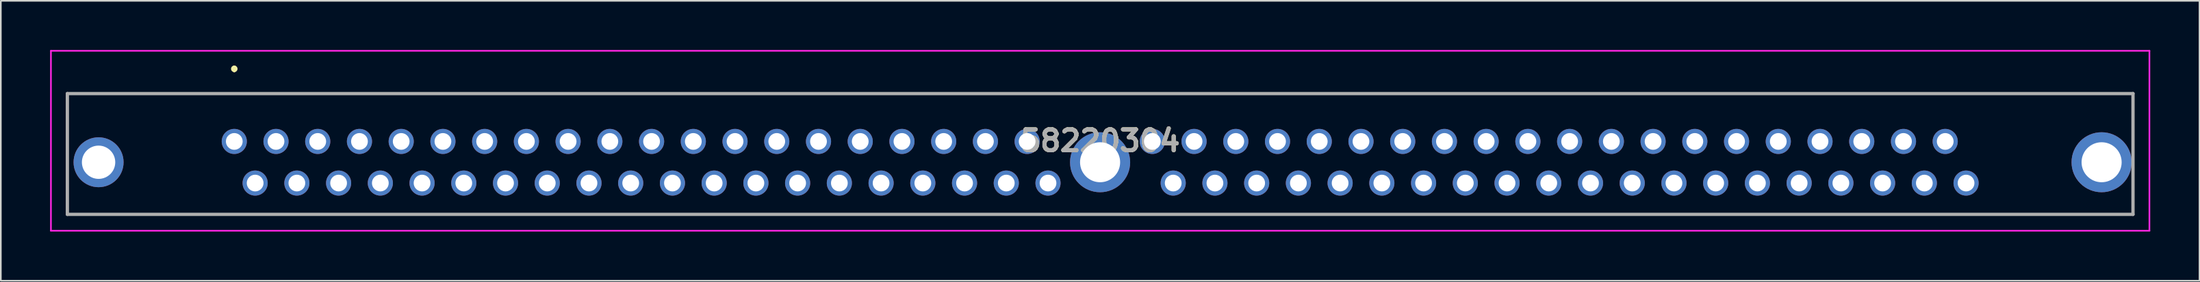
<source format=kicad_pcb>
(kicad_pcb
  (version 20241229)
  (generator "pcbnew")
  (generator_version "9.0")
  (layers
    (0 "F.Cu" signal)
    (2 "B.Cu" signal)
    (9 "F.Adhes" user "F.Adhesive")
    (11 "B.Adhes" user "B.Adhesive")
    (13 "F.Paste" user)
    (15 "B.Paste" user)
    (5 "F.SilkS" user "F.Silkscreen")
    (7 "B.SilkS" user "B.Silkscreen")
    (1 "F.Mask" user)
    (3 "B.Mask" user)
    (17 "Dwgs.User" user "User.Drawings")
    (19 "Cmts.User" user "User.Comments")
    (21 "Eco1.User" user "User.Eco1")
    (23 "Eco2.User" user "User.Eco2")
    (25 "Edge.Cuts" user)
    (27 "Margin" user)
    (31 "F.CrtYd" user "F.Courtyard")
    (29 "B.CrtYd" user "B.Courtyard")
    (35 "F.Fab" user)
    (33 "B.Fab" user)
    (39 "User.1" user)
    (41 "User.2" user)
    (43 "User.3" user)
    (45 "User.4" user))
  (footprint "58220304"
    (layer "F.Cu")
    (at 11.21 5.58)
    (property "Reference" "58220304" (at 52.705 -0.04 0) (layer "F.SilkS") (effects (font (size 1.27 1.27) (thickness 0.254))))
    (attr through_hole)
    (fp_line (start -10.16 -2.92) (end 115.57 -2.92) (stroke (width 0.1) (type solid)) (layer "F.SilkS"))
    (fp_line (start -10.16 4.45) (end 115.57 4.45) (stroke (width 0.1) (type solid)) (layer "F.SilkS"))
    (fp_line (start 0 -4.53) (end 0 -4.53) (stroke (width 0.2) (type solid)) (layer "F.SilkS"))
    (fp_line (start 0 -4.33) (end 0 -4.33) (stroke (width 0.2) (type solid)) (layer "F.SilkS"))
    (fp_arc (start 0 -4.53) (mid 0.1 -4.43) (end 0 -4.33) (stroke (width 0.2) (type solid)) (layer "F.SilkS"))
    (fp_arc (start 0 -4.33) (mid -0.1 -4.43) (end 0 -4.53) (stroke (width 0.2) (type solid)) (layer "F.SilkS"))
    (fp_line (start -11.16 -5.53) (end 116.57 -5.53) (stroke (width 0.1) (type solid)) (layer "F.CrtYd"))
    (fp_line (start -11.16 5.45) (end -11.16 -5.53) (stroke (width 0.1) (type solid)) (layer "F.CrtYd"))
    (fp_line (start 116.57 -5.53) (end 116.57 5.45) (stroke (width 0.1) (type solid)) (layer "F.CrtYd"))
    (fp_line (start 116.57 5.45) (end -11.16 5.45) (stroke (width 0.1) (type solid)) (layer "F.CrtYd"))
    (fp_line (start -10.16 -2.92) (end 115.57 -2.92) (stroke (width 0.2) (type solid)) (layer "F.Fab"))
    (fp_line (start -10.16 4.45) (end -10.16 -2.92) (stroke (width 0.2) (type solid)) (layer "F.Fab"))
    (fp_line (start 115.57 -2.92) (end 115.57 4.45) (stroke (width 0.2) (type solid)) (layer "F.Fab"))
    (fp_line (start 115.57 4.45) (end -10.16 4.45) (stroke (width 0.2) (type solid)) (layer "F.Fab"))
    (fp_text user "${REFERENCE}" (at 52.705 -0.04 0) (layer "F.Fab") (effects (font (size 1.27 1.27) (thickness 0.254))))
    (pad "1" thru_hole circle (at 0 0) (size 1.53 1.53) (drill 1.02) (layers "*.Cu" "*.Mask"))
    (pad "2" thru_hole circle (at 1.27 2.54) (size 1.53 1.53) (drill 1.02) (layers "*.Cu" "*.Mask"))
    (pad "3" thru_hole circle (at 2.54 0) (size 1.53 1.53) (drill 1.02) (layers "*.Cu" "*.Mask"))
    (pad "4" thru_hole circle (at 3.81 2.54) (size 1.53 1.53) (drill 1.02) (layers "*.Cu" "*.Mask"))
    (pad "5" thru_hole circle (at 5.08 0) (size 1.53 1.53) (drill 1.02) (layers "*.Cu" "*.Mask"))
    (pad "6" thru_hole circle (at 6.35 2.54) (size 1.53 1.53) (drill 1.02) (layers "*.Cu" "*.Mask"))
    (pad "7" thru_hole circle (at 7.62 0) (size 1.53 1.53) (drill 1.02) (layers "*.Cu" "*.Mask"))
    (pad "8" thru_hole circle (at 8.89 2.54) (size 1.53 1.53) (drill 1.02) (layers "*.Cu" "*.Mask"))
    (pad "9" thru_hole circle (at 10.16 0) (size 1.53 1.53) (drill 1.02) (layers "*.Cu" "*.Mask"))
    (pad "10" thru_hole circle (at 11.43 2.54) (size 1.53 1.53) (drill 1.02) (layers "*.Cu" "*.Mask"))
    (pad "11" thru_hole circle (at 12.7 0) (size 1.53 1.53) (drill 1.02) (layers "*.Cu" "*.Mask"))
    (pad "12" thru_hole circle (at 13.97 2.54) (size 1.53 1.53) (drill 1.02) (layers "*.Cu" "*.Mask"))
    (pad "13" thru_hole circle (at 15.24 0) (size 1.53 1.53) (drill 1.02) (layers "*.Cu" "*.Mask"))
    (pad "14" thru_hole circle (at 16.51 2.54) (size 1.53 1.53) (drill 1.02) (layers "*.Cu" "*.Mask"))
    (pad "15" thru_hole circle (at 17.78 0) (size 1.53 1.53) (drill 1.02) (layers "*.Cu" "*.Mask"))
    (pad "16" thru_hole circle (at 19.05 2.54) (size 1.53 1.53) (drill 1.02) (layers "*.Cu" "*.Mask"))
    (pad "17" thru_hole circle (at 20.32 0) (size 1.53 1.53) (drill 1.02) (layers "*.Cu" "*.Mask"))
    (pad "18" thru_hole circle (at 21.59 2.54) (size 1.53 1.53) (drill 1.02) (layers "*.Cu" "*.Mask"))
    (pad "19" thru_hole circle (at 22.86 0) (size 1.53 1.53) (drill 1.02) (layers "*.Cu" "*.Mask"))
    (pad "20" thru_hole circle (at 24.13 2.54) (size 1.53 1.53) (drill 1.02) (layers "*.Cu" "*.Mask"))
    (pad "21" thru_hole circle (at 25.4 0) (size 1.53 1.53) (drill 1.02) (layers "*.Cu" "*.Mask"))
    (pad "22" thru_hole circle (at 26.67 2.54) (size 1.53 1.53) (drill 1.02) (layers "*.Cu" "*.Mask"))
    (pad "23" thru_hole circle (at 27.94 0) (size 1.53 1.53) (drill 1.02) (layers "*.Cu" "*.Mask"))
    (pad "24" thru_hole circle (at 29.21 2.54) (size 1.53 1.53) (drill 1.02) (layers "*.Cu" "*.Mask"))
    (pad "25" thru_hole circle (at 30.48 0) (size 1.53 1.53) (drill 1.02) (layers "*.Cu" "*.Mask"))
    (pad "26" thru_hole circle (at 31.75 2.54) (size 1.53 1.53) (drill 1.02) (layers "*.Cu" "*.Mask"))
    (pad "27" thru_hole circle (at 33.02 0) (size 1.53 1.53) (drill 1.02) (layers "*.Cu" "*.Mask"))
    (pad "28" thru_hole circle (at 34.29 2.54) (size 1.53 1.53) (drill 1.02) (layers "*.Cu" "*.Mask"))
    (pad "29" thru_hole circle (at 35.56 0) (size 1.53 1.53) (drill 1.02) (layers "*.Cu" "*.Mask"))
    (pad "30" thru_hole circle (at 36.83 2.54) (size 1.53 1.53) (drill 1.02) (layers "*.Cu" "*.Mask"))
    (pad "31" thru_hole circle (at 38.1 0) (size 1.53 1.53) (drill 1.02) (layers "*.Cu" "*.Mask"))
    (pad "32" thru_hole circle (at 39.37 2.54) (size 1.53 1.53) (drill 1.02) (layers "*.Cu" "*.Mask"))
    (pad "33" thru_hole circle (at 40.64 0) (size 1.53 1.53) (drill 1.02) (layers "*.Cu" "*.Mask"))
    (pad "34" thru_hole circle (at 41.91 2.54) (size 1.53 1.53) (drill 1.02) (layers "*.Cu" "*.Mask"))
    (pad "35" thru_hole circle (at 43.18 0) (size 1.53 1.53) (drill 1.02) (layers "*.Cu" "*.Mask"))
    (pad "36" thru_hole circle (at 44.45 2.54) (size 1.53 1.53) (drill 1.02) (layers "*.Cu" "*.Mask"))
    (pad "37" thru_hole circle (at 45.72 0) (size 1.53 1.53) (drill 1.02) (layers "*.Cu" "*.Mask"))
    (pad "38" thru_hole circle (at 46.99 2.54) (size 1.53 1.53) (drill 1.02) (layers "*.Cu" "*.Mask"))
    (pad "39" thru_hole circle (at 48.26 0) (size 1.53 1.53) (drill 1.02) (layers "*.Cu" "*.Mask"))
    (pad "40" thru_hole circle (at 49.53 2.54) (size 1.53 1.53) (drill 1.02) (layers "*.Cu" "*.Mask"))
    (pad "41" thru_hole circle (at 55.88 0) (size 1.53 1.53) (drill 1.02) (layers "*.Cu" "*.Mask"))
    (pad "42" thru_hole circle (at 57.15 2.54) (size 1.53 1.53) (drill 1.02) (layers "*.Cu" "*.Mask"))
    (pad "43" thru_hole circle (at 58.42 0) (size 1.53 1.53) (drill 1.02) (layers "*.Cu" "*.Mask"))
    (pad "44" thru_hole circle (at 59.69 2.54) (size 1.53 1.53) (drill 1.02) (layers "*.Cu" "*.Mask"))
    (pad "45" thru_hole circle (at 60.96 0) (size 1.53 1.53) (drill 1.02) (layers "*.Cu" "*.Mask"))
    (pad "46" thru_hole circle (at 62.23 2.54) (size 1.53 1.53) (drill 1.02) (layers "*.Cu" "*.Mask"))
    (pad "47" thru_hole circle (at 63.5 0) (size 1.53 1.53) (drill 1.02) (layers "*.Cu" "*.Mask"))
    (pad "48" thru_hole circle (at 64.77 2.54) (size 1.53 1.53) (drill 1.02) (layers "*.Cu" "*.Mask"))
    (pad "49" thru_hole circle (at 66.04 0) (size 1.53 1.53) (drill 1.02) (layers "*.Cu" "*.Mask"))
    (pad "50" thru_hole circle (at 67.31 2.54) (size 1.53 1.53) (drill 1.02) (layers "*.Cu" "*.Mask"))
    (pad "51" thru_hole circle (at 68.58 0) (size 1.53 1.53) (drill 1.02) (layers "*.Cu" "*.Mask"))
    (pad "52" thru_hole circle (at 69.85 2.54) (size 1.53 1.53) (drill 1.02) (layers "*.Cu" "*.Mask"))
    (pad "53" thru_hole circle (at 71.12 0) (size 1.53 1.53) (drill 1.02) (layers "*.Cu" "*.Mask"))
    (pad "54" thru_hole circle (at 72.39 2.54) (size 1.53 1.53) (drill 1.02) (layers "*.Cu" "*.Mask"))
    (pad "55" thru_hole circle (at 73.66 0) (size 1.53 1.53) (drill 1.02) (layers "*.Cu" "*.Mask"))
    (pad "56" thru_hole circle (at 74.93 2.54) (size 1.53 1.53) (drill 1.02) (layers "*.Cu" "*.Mask"))
    (pad "57" thru_hole circle (at 76.2 0) (size 1.53 1.53) (drill 1.02) (layers "*.Cu" "*.Mask"))
    (pad "58" thru_hole circle (at 77.47 2.54) (size 1.53 1.53) (drill 1.02) (layers "*.Cu" "*.Mask"))
    (pad "59" thru_hole circle (at 78.74 0) (size 1.53 1.53) (drill 1.02) (layers "*.Cu" "*.Mask"))
    (pad "60" thru_hole circle (at 80.01 2.54) (size 1.53 1.53) (drill 1.02) (layers "*.Cu" "*.Mask"))
    (pad "61" thru_hole circle (at 81.28 0) (size 1.53 1.53) (drill 1.02) (layers "*.Cu" "*.Mask"))
    (pad "62" thru_hole circle (at 82.55 2.54) (size 1.53 1.53) (drill 1.02) (layers "*.Cu" "*.Mask"))
    (pad "63" thru_hole circle (at 83.82 0) (size 1.53 1.53) (drill 1.02) (layers "*.Cu" "*.Mask"))
    (pad "64" thru_hole circle (at 85.09 2.54) (size 1.53 1.53) (drill 1.02) (layers "*.Cu" "*.Mask"))
    (pad "65" thru_hole circle (at 86.36 0) (size 1.53 1.53) (drill 1.02) (layers "*.Cu" "*.Mask"))
    (pad "66" thru_hole circle (at 87.63 2.54) (size 1.53 1.53) (drill 1.02) (layers "*.Cu" "*.Mask"))
    (pad "67" thru_hole circle (at 88.9 0) (size 1.53 1.53) (drill 1.02) (layers "*.Cu" "*.Mask"))
    (pad "68" thru_hole circle (at 90.17 2.54) (size 1.53 1.53) (drill 1.02) (layers "*.Cu" "*.Mask"))
    (pad "69" thru_hole circle (at 91.44 0) (size 1.53 1.53) (drill 1.02) (layers "*.Cu" "*.Mask"))
    (pad "70" thru_hole circle (at 92.71 2.54) (size 1.53 1.53) (drill 1.02) (layers "*.Cu" "*.Mask"))
    (pad "71" thru_hole circle (at 93.98 0) (size 1.53 1.53) (drill 1.02) (layers "*.Cu" "*.Mask"))
    (pad "72" thru_hole circle (at 95.25 2.54) (size 1.53 1.53) (drill 1.02) (layers "*.Cu" "*.Mask"))
    (pad "73" thru_hole circle (at 96.52 0) (size 1.53 1.53) (drill 1.02) (layers "*.Cu" "*.Mask"))
    (pad "74" thru_hole circle (at 97.79 2.54) (size 1.53 1.53) (drill 1.02) (layers "*.Cu" "*.Mask"))
    (pad "75" thru_hole circle (at 99.06 0) (size 1.53 1.53) (drill 1.02) (layers "*.Cu" "*.Mask"))
    (pad "76" thru_hole circle (at 100.33 2.54) (size 1.53 1.53) (drill 1.02) (layers "*.Cu" "*.Mask"))
    (pad "77" thru_hole circle (at 101.6 0) (size 1.53 1.53) (drill 1.02) (layers "*.Cu" "*.Mask"))
    (pad "78" thru_hole circle (at 102.87 2.54) (size 1.53 1.53) (drill 1.02) (layers "*.Cu" "*.Mask"))
    (pad "79" thru_hole circle (at 104.14 0) (size 1.53 1.53) (drill 1.02) (layers "*.Cu" "*.Mask"))
    (pad "80" thru_hole circle (at 105.41 2.54) (size 1.53 1.53) (drill 1.02) (layers "*.Cu" "*.Mask"))
    (pad "MH1" thru_hole circle (at -8.26 1.27) (size 3.045 3.045) (drill 2.03) (layers "*.Cu" "*.Mask"))
    (pad "MH2" thru_hole circle (at 52.7 1.27) (size 3.66 3.66) (drill 2.44) (layers "*.Cu" "*.Mask"))
    (pad "MH3" thru_hole circle (at 113.66 1.27) (size 3.66 3.66) (drill 2.44) (layers "*.Cu" "*.Mask")))
  (gr_rect
    (start -3 -3)
    (end 130.83 14.08)
    (stroke (width 0.1) (type default))
    (fill no)
    (layer "Edge.Cuts")))
</source>
